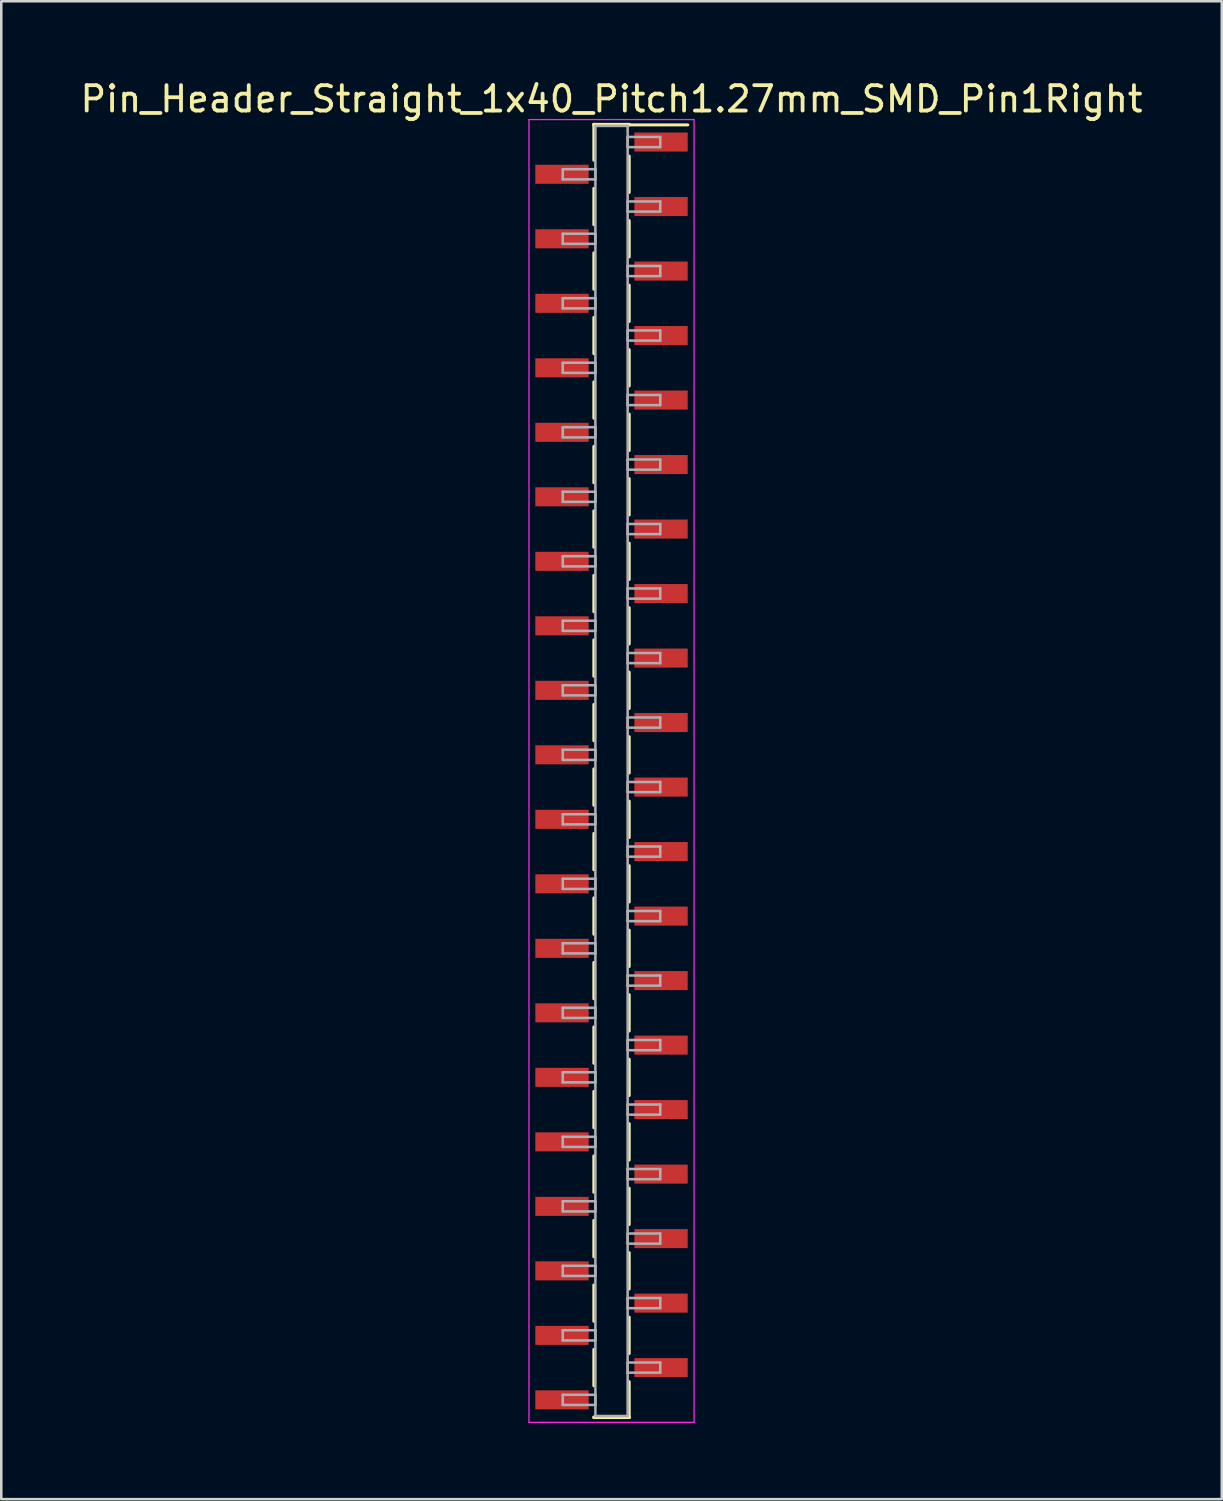
<source format=kicad_pcb>
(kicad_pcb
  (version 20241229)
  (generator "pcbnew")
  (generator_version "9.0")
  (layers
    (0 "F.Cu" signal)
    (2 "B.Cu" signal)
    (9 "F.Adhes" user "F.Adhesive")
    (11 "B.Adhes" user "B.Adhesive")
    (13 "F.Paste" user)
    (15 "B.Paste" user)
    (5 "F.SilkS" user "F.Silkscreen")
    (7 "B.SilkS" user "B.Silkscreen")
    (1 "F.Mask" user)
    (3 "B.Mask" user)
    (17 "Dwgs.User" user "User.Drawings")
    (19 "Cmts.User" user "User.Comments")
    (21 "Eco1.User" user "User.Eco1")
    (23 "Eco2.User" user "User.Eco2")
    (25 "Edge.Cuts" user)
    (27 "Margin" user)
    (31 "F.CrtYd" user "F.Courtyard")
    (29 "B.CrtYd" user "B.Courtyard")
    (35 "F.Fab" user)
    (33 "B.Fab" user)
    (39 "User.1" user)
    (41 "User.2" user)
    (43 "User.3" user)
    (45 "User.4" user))
  (footprint "Pin_Header_Straight_1x40_Pitch1.27mm_SMD_Pin1Right"
    (layer "F.Cu")
    (at 21.03 27.308)
    (property "Reference" "Pin_Header_Straight_1x40_Pitch1.27mm_SMD_Pin1Right" (at 0 -26.46 0) (layer "F.SilkS") (effects (font (size 1 1) (thickness 0.15))))
    (attr smd)
    (fp_line (start -0.695 -25.46) (end -0.695 -24.05) (stroke (width 0.12) (type solid)) (layer "F.SilkS"))
    (fp_line (start -0.695 -25.46) (end 0.695 -25.46) (stroke (width 0.12) (type solid)) (layer "F.SilkS"))
    (fp_line (start -0.695 -25.44) (end -0.695 -25.46) (stroke (width 0.12) (type solid)) (layer "F.SilkS"))
    (fp_line (start -0.695 -22.94) (end -0.695 -21.51) (stroke (width 0.12) (type solid)) (layer "F.SilkS"))
    (fp_line (start -0.695 -20.4) (end -0.695 -18.97) (stroke (width 0.12) (type solid)) (layer "F.SilkS"))
    (fp_line (start -0.695 -17.86) (end -0.695 -16.43) (stroke (width 0.12) (type solid)) (layer "F.SilkS"))
    (fp_line (start -0.695 -15.32) (end -0.695 -13.89) (stroke (width 0.12) (type solid)) (layer "F.SilkS"))
    (fp_line (start -0.695 -12.78) (end -0.695 -11.35) (stroke (width 0.12) (type solid)) (layer "F.SilkS"))
    (fp_line (start -0.695 -10.24) (end -0.695 -8.81) (stroke (width 0.12) (type solid)) (layer "F.SilkS"))
    (fp_line (start -0.695 -7.7) (end -0.695 -6.27) (stroke (width 0.12) (type solid)) (layer "F.SilkS"))
    (fp_line (start -0.695 -5.16) (end -0.695 -3.73) (stroke (width 0.12) (type solid)) (layer "F.SilkS"))
    (fp_line (start -0.695 -2.62) (end -0.695 -1.19) (stroke (width 0.12) (type solid)) (layer "F.SilkS"))
    (fp_line (start -0.695 -0.08) (end -0.695 1.35) (stroke (width 0.12) (type solid)) (layer "F.SilkS"))
    (fp_line (start -0.695 2.46) (end -0.695 3.89) (stroke (width 0.12) (type solid)) (layer "F.SilkS"))
    (fp_line (start -0.695 5) (end -0.695 6.43) (stroke (width 0.12) (type solid)) (layer "F.SilkS"))
    (fp_line (start -0.695 7.54) (end -0.695 8.97) (stroke (width 0.12) (type solid)) (layer "F.SilkS"))
    (fp_line (start -0.695 10.08) (end -0.695 11.51) (stroke (width 0.12) (type solid)) (layer "F.SilkS"))
    (fp_line (start -0.695 12.62) (end -0.695 14.05) (stroke (width 0.12) (type solid)) (layer "F.SilkS"))
    (fp_line (start -0.695 15.16) (end -0.695 16.59) (stroke (width 0.12) (type solid)) (layer "F.SilkS"))
    (fp_line (start -0.695 17.7) (end -0.695 19.13) (stroke (width 0.12) (type solid)) (layer "F.SilkS"))
    (fp_line (start -0.695 20.24) (end -0.695 21.67) (stroke (width 0.12) (type solid)) (layer "F.SilkS"))
    (fp_line (start -0.695 22.78) (end -0.695 24.21) (stroke (width 0.12) (type solid)) (layer "F.SilkS"))
    (fp_line (start -0.695 25.44) (end -0.695 25.46) (stroke (width 0.12) (type solid)) (layer "F.SilkS"))
    (fp_line (start -0.695 25.46) (end 0.695 25.46) (stroke (width 0.12) (type solid)) (layer "F.SilkS"))
    (fp_line (start 0.695 -25.46) (end 0.695 -25.44) (stroke (width 0.12) (type solid)) (layer "F.SilkS"))
    (fp_line (start 0.695 -25.44) (end 3 -25.44) (stroke (width 0.12) (type solid)) (layer "F.SilkS"))
    (fp_line (start 0.695 -24.21) (end 0.695 -22.78) (stroke (width 0.12) (type solid)) (layer "F.SilkS"))
    (fp_line (start 0.695 -21.67) (end 0.695 -20.24) (stroke (width 0.12) (type solid)) (layer "F.SilkS"))
    (fp_line (start 0.695 -19.13) (end 0.695 -17.7) (stroke (width 0.12) (type solid)) (layer "F.SilkS"))
    (fp_line (start 0.695 -16.59) (end 0.695 -15.16) (stroke (width 0.12) (type solid)) (layer "F.SilkS"))
    (fp_line (start 0.695 -14.05) (end 0.695 -12.62) (stroke (width 0.12) (type solid)) (layer "F.SilkS"))
    (fp_line (start 0.695 -11.51) (end 0.695 -10.08) (stroke (width 0.12) (type solid)) (layer "F.SilkS"))
    (fp_line (start 0.695 -8.97) (end 0.695 -7.54) (stroke (width 0.12) (type solid)) (layer "F.SilkS"))
    (fp_line (start 0.695 -6.43) (end 0.695 -5) (stroke (width 0.12) (type solid)) (layer "F.SilkS"))
    (fp_line (start 0.695 -3.89) (end 0.695 -2.46) (stroke (width 0.12) (type solid)) (layer "F.SilkS"))
    (fp_line (start 0.695 -1.35) (end 0.695 0.08) (stroke (width 0.12) (type solid)) (layer "F.SilkS"))
    (fp_line (start 0.695 1.19) (end 0.695 2.62) (stroke (width 0.12) (type solid)) (layer "F.SilkS"))
    (fp_line (start 0.695 3.73) (end 0.695 5.16) (stroke (width 0.12) (type solid)) (layer "F.SilkS"))
    (fp_line (start 0.695 6.27) (end 0.695 7.7) (stroke (width 0.12) (type solid)) (layer "F.SilkS"))
    (fp_line (start 0.695 8.81) (end 0.695 10.24) (stroke (width 0.12) (type solid)) (layer "F.SilkS"))
    (fp_line (start 0.695 11.35) (end 0.695 12.78) (stroke (width 0.12) (type solid)) (layer "F.SilkS"))
    (fp_line (start 0.695 13.89) (end 0.695 15.32) (stroke (width 0.12) (type solid)) (layer "F.SilkS"))
    (fp_line (start 0.695 16.43) (end 0.695 17.86) (stroke (width 0.12) (type solid)) (layer "F.SilkS"))
    (fp_line (start 0.695 18.97) (end 0.695 20.4) (stroke (width 0.12) (type solid)) (layer "F.SilkS"))
    (fp_line (start 0.695 21.51) (end 0.695 22.94) (stroke (width 0.12) (type solid)) (layer "F.SilkS"))
    (fp_line (start 0.695 24.05) (end 0.695 25.46) (stroke (width 0.12) (type solid)) (layer "F.SilkS"))
    (fp_line (start 0.695 25.46) (end 0.695 25.44) (stroke (width 0.12) (type solid)) (layer "F.SilkS"))
    (fp_line (start -3.25 -25.65) (end -3.25 25.65) (stroke (width 0.05) (type solid)) (layer "F.CrtYd"))
    (fp_line (start -3.25 25.65) (end 3.25 25.65) (stroke (width 0.05) (type solid)) (layer "F.CrtYd"))
    (fp_line (start 3.25 -25.65) (end -3.25 -25.65) (stroke (width 0.05) (type solid)) (layer "F.CrtYd"))
    (fp_line (start 3.25 25.65) (end 3.25 -25.65) (stroke (width 0.05) (type solid)) (layer "F.CrtYd"))
    (fp_line (start -1.92 -23.695) (end -0.635 -23.695) (stroke (width 0.1) (type solid)) (layer "F.Fab"))
    (fp_line (start -1.92 -23.295) (end -1.92 -23.695) (stroke (width 0.1) (type solid)) (layer "F.Fab"))
    (fp_line (start -1.92 -21.155) (end -0.635 -21.155) (stroke (width 0.1) (type solid)) (layer "F.Fab"))
    (fp_line (start -1.92 -20.755) (end -1.92 -21.155) (stroke (width 0.1) (type solid)) (layer "F.Fab"))
    (fp_line (start -1.92 -18.615) (end -0.635 -18.615) (stroke (width 0.1) (type solid)) (layer "F.Fab"))
    (fp_line (start -1.92 -18.215) (end -1.92 -18.615) (stroke (width 0.1) (type solid)) (layer "F.Fab"))
    (fp_line (start -1.92 -16.075) (end -0.635 -16.075) (stroke (width 0.1) (type solid)) (layer "F.Fab"))
    (fp_line (start -1.92 -15.675) (end -1.92 -16.075) (stroke (width 0.1) (type solid)) (layer "F.Fab"))
    (fp_line (start -1.92 -13.535) (end -0.635 -13.535) (stroke (width 0.1) (type solid)) (layer "F.Fab"))
    (fp_line (start -1.92 -13.135) (end -1.92 -13.535) (stroke (width 0.1) (type solid)) (layer "F.Fab"))
    (fp_line (start -1.92 -10.995) (end -0.635 -10.995) (stroke (width 0.1) (type solid)) (layer "F.Fab"))
    (fp_line (start -1.92 -10.595) (end -1.92 -10.995) (stroke (width 0.1) (type solid)) (layer "F.Fab"))
    (fp_line (start -1.92 -8.455) (end -0.635 -8.455) (stroke (width 0.1) (type solid)) (layer "F.Fab"))
    (fp_line (start -1.92 -8.055) (end -1.92 -8.455) (stroke (width 0.1) (type solid)) (layer "F.Fab"))
    (fp_line (start -1.92 -5.915) (end -0.635 -5.915) (stroke (width 0.1) (type solid)) (layer "F.Fab"))
    (fp_line (start -1.92 -5.515) (end -1.92 -5.915) (stroke (width 0.1) (type solid)) (layer "F.Fab"))
    (fp_line (start -1.92 -3.375) (end -0.635 -3.375) (stroke (width 0.1) (type solid)) (layer "F.Fab"))
    (fp_line (start -1.92 -2.975) (end -1.92 -3.375) (stroke (width 0.1) (type solid)) (layer "F.Fab"))
    (fp_line (start -1.92 -0.835) (end -0.635 -0.835) (stroke (width 0.1) (type solid)) (layer "F.Fab"))
    (fp_line (start -1.92 -0.435) (end -1.92 -0.835) (stroke (width 0.1) (type solid)) (layer "F.Fab"))
    (fp_line (start -1.92 1.705) (end -0.635 1.705) (stroke (width 0.1) (type solid)) (layer "F.Fab"))
    (fp_line (start -1.92 2.105) (end -1.92 1.705) (stroke (width 0.1) (type solid)) (layer "F.Fab"))
    (fp_line (start -1.92 4.245) (end -0.635 4.245) (stroke (width 0.1) (type solid)) (layer "F.Fab"))
    (fp_line (start -1.92 4.645) (end -1.92 4.245) (stroke (width 0.1) (type solid)) (layer "F.Fab"))
    (fp_line (start -1.92 6.785) (end -0.635 6.785) (stroke (width 0.1) (type solid)) (layer "F.Fab"))
    (fp_line (start -1.92 7.185) (end -1.92 6.785) (stroke (width 0.1) (type solid)) (layer "F.Fab"))
    (fp_line (start -1.92 9.325) (end -0.635 9.325) (stroke (width 0.1) (type solid)) (layer "F.Fab"))
    (fp_line (start -1.92 9.725) (end -1.92 9.325) (stroke (width 0.1) (type solid)) (layer "F.Fab"))
    (fp_line (start -1.92 11.865) (end -0.635 11.865) (stroke (width 0.1) (type solid)) (layer "F.Fab"))
    (fp_line (start -1.92 12.265) (end -1.92 11.865) (stroke (width 0.1) (type solid)) (layer "F.Fab"))
    (fp_line (start -1.92 14.405) (end -0.635 14.405) (stroke (width 0.1) (type solid)) (layer "F.Fab"))
    (fp_line (start -1.92 14.805) (end -1.92 14.405) (stroke (width 0.1) (type solid)) (layer "F.Fab"))
    (fp_line (start -1.92 16.945) (end -0.635 16.945) (stroke (width 0.1) (type solid)) (layer "F.Fab"))
    (fp_line (start -1.92 17.345) (end -1.92 16.945) (stroke (width 0.1) (type solid)) (layer "F.Fab"))
    (fp_line (start -1.92 19.485) (end -0.635 19.485) (stroke (width 0.1) (type solid)) (layer "F.Fab"))
    (fp_line (start -1.92 19.885) (end -1.92 19.485) (stroke (width 0.1) (type solid)) (layer "F.Fab"))
    (fp_line (start -1.92 22.025) (end -0.635 22.025) (stroke (width 0.1) (type solid)) (layer "F.Fab"))
    (fp_line (start -1.92 22.425) (end -1.92 22.025) (stroke (width 0.1) (type solid)) (layer "F.Fab"))
    (fp_line (start -1.92 24.565) (end -0.635 24.565) (stroke (width 0.1) (type solid)) (layer "F.Fab"))
    (fp_line (start -1.92 24.965) (end -1.92 24.565) (stroke (width 0.1) (type solid)) (layer "F.Fab"))
    (fp_line (start -0.635 -25.4) (end -0.635 25.4) (stroke (width 0.1) (type solid)) (layer "F.Fab"))
    (fp_line (start -0.635 -23.695) (end -0.635 -23.295) (stroke (width 0.1) (type solid)) (layer "F.Fab"))
    (fp_line (start -0.635 -23.295) (end -1.92 -23.295) (stroke (width 0.1) (type solid)) (layer "F.Fab"))
    (fp_line (start -0.635 -21.155) (end -0.635 -20.755) (stroke (width 0.1) (type solid)) (layer "F.Fab"))
    (fp_line (start -0.635 -20.755) (end -1.92 -20.755) (stroke (width 0.1) (type solid)) (layer "F.Fab"))
    (fp_line (start -0.635 -18.615) (end -0.635 -18.215) (stroke (width 0.1) (type solid)) (layer "F.Fab"))
    (fp_line (start -0.635 -18.215) (end -1.92 -18.215) (stroke (width 0.1) (type solid)) (layer "F.Fab"))
    (fp_line (start -0.635 -16.075) (end -0.635 -15.675) (stroke (width 0.1) (type solid)) (layer "F.Fab"))
    (fp_line (start -0.635 -15.675) (end -1.92 -15.675) (stroke (width 0.1) (type solid)) (layer "F.Fab"))
    (fp_line (start -0.635 -13.535) (end -0.635 -13.135) (stroke (width 0.1) (type solid)) (layer "F.Fab"))
    (fp_line (start -0.635 -13.135) (end -1.92 -13.135) (stroke (width 0.1) (type solid)) (layer "F.Fab"))
    (fp_line (start -0.635 -10.995) (end -0.635 -10.595) (stroke (width 0.1) (type solid)) (layer "F.Fab"))
    (fp_line (start -0.635 -10.595) (end -1.92 -10.595) (stroke (width 0.1) (type solid)) (layer "F.Fab"))
    (fp_line (start -0.635 -8.455) (end -0.635 -8.055) (stroke (width 0.1) (type solid)) (layer "F.Fab"))
    (fp_line (start -0.635 -8.055) (end -1.92 -8.055) (stroke (width 0.1) (type solid)) (layer "F.Fab"))
    (fp_line (start -0.635 -5.915) (end -0.635 -5.515) (stroke (width 0.1) (type solid)) (layer "F.Fab"))
    (fp_line (start -0.635 -5.515) (end -1.92 -5.515) (stroke (width 0.1) (type solid)) (layer "F.Fab"))
    (fp_line (start -0.635 -3.375) (end -0.635 -2.975) (stroke (width 0.1) (type solid)) (layer "F.Fab"))
    (fp_line (start -0.635 -2.975) (end -1.92 -2.975) (stroke (width 0.1) (type solid)) (layer "F.Fab"))
    (fp_line (start -0.635 -0.835) (end -0.635 -0.435) (stroke (width 0.1) (type solid)) (layer "F.Fab"))
    (fp_line (start -0.635 -0.435) (end -1.92 -0.435) (stroke (width 0.1) (type solid)) (layer "F.Fab"))
    (fp_line (start -0.635 1.705) (end -0.635 2.105) (stroke (width 0.1) (type solid)) (layer "F.Fab"))
    (fp_line (start -0.635 2.105) (end -1.92 2.105) (stroke (width 0.1) (type solid)) (layer "F.Fab"))
    (fp_line (start -0.635 4.245) (end -0.635 4.645) (stroke (width 0.1) (type solid)) (layer "F.Fab"))
    (fp_line (start -0.635 4.645) (end -1.92 4.645) (stroke (width 0.1) (type solid)) (layer "F.Fab"))
    (fp_line (start -0.635 6.785) (end -0.635 7.185) (stroke (width 0.1) (type solid)) (layer "F.Fab"))
    (fp_line (start -0.635 7.185) (end -1.92 7.185) (stroke (width 0.1) (type solid)) (layer "F.Fab"))
    (fp_line (start -0.635 9.325) (end -0.635 9.725) (stroke (width 0.1) (type solid)) (layer "F.Fab"))
    (fp_line (start -0.635 9.725) (end -1.92 9.725) (stroke (width 0.1) (type solid)) (layer "F.Fab"))
    (fp_line (start -0.635 11.865) (end -0.635 12.265) (stroke (width 0.1) (type solid)) (layer "F.Fab"))
    (fp_line (start -0.635 12.265) (end -1.92 12.265) (stroke (width 0.1) (type solid)) (layer "F.Fab"))
    (fp_line (start -0.635 14.405) (end -0.635 14.805) (stroke (width 0.1) (type solid)) (layer "F.Fab"))
    (fp_line (start -0.635 14.805) (end -1.92 14.805) (stroke (width 0.1) (type solid)) (layer "F.Fab"))
    (fp_line (start -0.635 16.945) (end -0.635 17.345) (stroke (width 0.1) (type solid)) (layer "F.Fab"))
    (fp_line (start -0.635 17.345) (end -1.92 17.345) (stroke (width 0.1) (type solid)) (layer "F.Fab"))
    (fp_line (start -0.635 19.485) (end -0.635 19.885) (stroke (width 0.1) (type solid)) (layer "F.Fab"))
    (fp_line (start -0.635 19.885) (end -1.92 19.885) (stroke (width 0.1) (type solid)) (layer "F.Fab"))
    (fp_line (start -0.635 22.025) (end -0.635 22.425) (stroke (width 0.1) (type solid)) (layer "F.Fab"))
    (fp_line (start -0.635 22.425) (end -1.92 22.425) (stroke (width 0.1) (type solid)) (layer "F.Fab"))
    (fp_line (start -0.635 24.565) (end -0.635 24.965) (stroke (width 0.1) (type solid)) (layer "F.Fab"))
    (fp_line (start -0.635 24.965) (end -1.92 24.965) (stroke (width 0.1) (type solid)) (layer "F.Fab"))
    (fp_line (start -0.635 25.4) (end 0.635 25.4) (stroke (width 0.1) (type solid)) (layer "F.Fab"))
    (fp_line (start 0.635 -25.4) (end -0.635 -25.4) (stroke (width 0.1) (type solid)) (layer "F.Fab"))
    (fp_line (start 0.635 -24.965) (end 0.635 -24.565) (stroke (width 0.1) (type solid)) (layer "F.Fab"))
    (fp_line (start 0.635 -24.565) (end 1.92 -24.565) (stroke (width 0.1) (type solid)) (layer "F.Fab"))
    (fp_line (start 0.635 -22.425) (end 0.635 -22.025) (stroke (width 0.1) (type solid)) (layer "F.Fab"))
    (fp_line (start 0.635 -22.025) (end 1.92 -22.025) (stroke (width 0.1) (type solid)) (layer "F.Fab"))
    (fp_line (start 0.635 -19.885) (end 0.635 -19.485) (stroke (width 0.1) (type solid)) (layer "F.Fab"))
    (fp_line (start 0.635 -19.485) (end 1.92 -19.485) (stroke (width 0.1) (type solid)) (layer "F.Fab"))
    (fp_line (start 0.635 -17.345) (end 0.635 -16.945) (stroke (width 0.1) (type solid)) (layer "F.Fab"))
    (fp_line (start 0.635 -16.945) (end 1.92 -16.945) (stroke (width 0.1) (type solid)) (layer "F.Fab"))
    (fp_line (start 0.635 -14.805) (end 0.635 -14.405) (stroke (width 0.1) (type solid)) (layer "F.Fab"))
    (fp_line (start 0.635 -14.405) (end 1.92 -14.405) (stroke (width 0.1) (type solid)) (layer "F.Fab"))
    (fp_line (start 0.635 -12.265) (end 0.635 -11.865) (stroke (width 0.1) (type solid)) (layer "F.Fab"))
    (fp_line (start 0.635 -11.865) (end 1.92 -11.865) (stroke (width 0.1) (type solid)) (layer "F.Fab"))
    (fp_line (start 0.635 -9.725) (end 0.635 -9.325) (stroke (width 0.1) (type solid)) (layer "F.Fab"))
    (fp_line (start 0.635 -9.325) (end 1.92 -9.325) (stroke (width 0.1) (type solid)) (layer "F.Fab"))
    (fp_line (start 0.635 -7.185) (end 0.635 -6.785) (stroke (width 0.1) (type solid)) (layer "F.Fab"))
    (fp_line (start 0.635 -6.785) (end 1.92 -6.785) (stroke (width 0.1) (type solid)) (layer "F.Fab"))
    (fp_line (start 0.635 -4.645) (end 0.635 -4.245) (stroke (width 0.1) (type solid)) (layer "F.Fab"))
    (fp_line (start 0.635 -4.245) (end 1.92 -4.245) (stroke (width 0.1) (type solid)) (layer "F.Fab"))
    (fp_line (start 0.635 -2.105) (end 0.635 -1.705) (stroke (width 0.1) (type solid)) (layer "F.Fab"))
    (fp_line (start 0.635 -1.705) (end 1.92 -1.705) (stroke (width 0.1) (type solid)) (layer "F.Fab"))
    (fp_line (start 0.635 0.435) (end 0.635 0.835) (stroke (width 0.1) (type solid)) (layer "F.Fab"))
    (fp_line (start 0.635 0.835) (end 1.92 0.835) (stroke (width 0.1) (type solid)) (layer "F.Fab"))
    (fp_line (start 0.635 2.975) (end 0.635 3.375) (stroke (width 0.1) (type solid)) (layer "F.Fab"))
    (fp_line (start 0.635 3.375) (end 1.92 3.375) (stroke (width 0.1) (type solid)) (layer "F.Fab"))
    (fp_line (start 0.635 5.515) (end 0.635 5.915) (stroke (width 0.1) (type solid)) (layer "F.Fab"))
    (fp_line (start 0.635 5.915) (end 1.92 5.915) (stroke (width 0.1) (type solid)) (layer "F.Fab"))
    (fp_line (start 0.635 8.055) (end 0.635 8.455) (stroke (width 0.1) (type solid)) (layer "F.Fab"))
    (fp_line (start 0.635 8.455) (end 1.92 8.455) (stroke (width 0.1) (type solid)) (layer "F.Fab"))
    (fp_line (start 0.635 10.595) (end 0.635 10.995) (stroke (width 0.1) (type solid)) (layer "F.Fab"))
    (fp_line (start 0.635 10.995) (end 1.92 10.995) (stroke (width 0.1) (type solid)) (layer "F.Fab"))
    (fp_line (start 0.635 13.135) (end 0.635 13.535) (stroke (width 0.1) (type solid)) (layer "F.Fab"))
    (fp_line (start 0.635 13.535) (end 1.92 13.535) (stroke (width 0.1) (type solid)) (layer "F.Fab"))
    (fp_line (start 0.635 15.675) (end 0.635 16.075) (stroke (width 0.1) (type solid)) (layer "F.Fab"))
    (fp_line (start 0.635 16.075) (end 1.92 16.075) (stroke (width 0.1) (type solid)) (layer "F.Fab"))
    (fp_line (start 0.635 18.215) (end 0.635 18.615) (stroke (width 0.1) (type solid)) (layer "F.Fab"))
    (fp_line (start 0.635 18.615) (end 1.92 18.615) (stroke (width 0.1) (type solid)) (layer "F.Fab"))
    (fp_line (start 0.635 20.755) (end 0.635 21.155) (stroke (width 0.1) (type solid)) (layer "F.Fab"))
    (fp_line (start 0.635 21.155) (end 1.92 21.155) (stroke (width 0.1) (type solid)) (layer "F.Fab"))
    (fp_line (start 0.635 23.295) (end 0.635 23.695) (stroke (width 0.1) (type solid)) (layer "F.Fab"))
    (fp_line (start 0.635 23.695) (end 1.92 23.695) (stroke (width 0.1) (type solid)) (layer "F.Fab"))
    (fp_line (start 0.635 25.4) (end 0.635 -25.4) (stroke (width 0.1) (type solid)) (layer "F.Fab"))
    (fp_line (start 1.92 -24.965) (end 0.635 -24.965) (stroke (width 0.1) (type solid)) (layer "F.Fab"))
    (fp_line (start 1.92 -24.565) (end 1.92 -24.965) (stroke (width 0.1) (type solid)) (layer "F.Fab"))
    (fp_line (start 1.92 -22.425) (end 0.635 -22.425) (stroke (width 0.1) (type solid)) (layer "F.Fab"))
    (fp_line (start 1.92 -22.025) (end 1.92 -22.425) (stroke (width 0.1) (type solid)) (layer "F.Fab"))
    (fp_line (start 1.92 -19.885) (end 0.635 -19.885) (stroke (width 0.1) (type solid)) (layer "F.Fab"))
    (fp_line (start 1.92 -19.485) (end 1.92 -19.885) (stroke (width 0.1) (type solid)) (layer "F.Fab"))
    (fp_line (start 1.92 -17.345) (end 0.635 -17.345) (stroke (width 0.1) (type solid)) (layer "F.Fab"))
    (fp_line (start 1.92 -16.945) (end 1.92 -17.345) (stroke (width 0.1) (type solid)) (layer "F.Fab"))
    (fp_line (start 1.92 -14.805) (end 0.635 -14.805) (stroke (width 0.1) (type solid)) (layer "F.Fab"))
    (fp_line (start 1.92 -14.405) (end 1.92 -14.805) (stroke (width 0.1) (type solid)) (layer "F.Fab"))
    (fp_line (start 1.92 -12.265) (end 0.635 -12.265) (stroke (width 0.1) (type solid)) (layer "F.Fab"))
    (fp_line (start 1.92 -11.865) (end 1.92 -12.265) (stroke (width 0.1) (type solid)) (layer "F.Fab"))
    (fp_line (start 1.92 -9.725) (end 0.635 -9.725) (stroke (width 0.1) (type solid)) (layer "F.Fab"))
    (fp_line (start 1.92 -9.325) (end 1.92 -9.725) (stroke (width 0.1) (type solid)) (layer "F.Fab"))
    (fp_line (start 1.92 -7.185) (end 0.635 -7.185) (stroke (width 0.1) (type solid)) (layer "F.Fab"))
    (fp_line (start 1.92 -6.785) (end 1.92 -7.185) (stroke (width 0.1) (type solid)) (layer "F.Fab"))
    (fp_line (start 1.92 -4.645) (end 0.635 -4.645) (stroke (width 0.1) (type solid)) (layer "F.Fab"))
    (fp_line (start 1.92 -4.245) (end 1.92 -4.645) (stroke (width 0.1) (type solid)) (layer "F.Fab"))
    (fp_line (start 1.92 -2.105) (end 0.635 -2.105) (stroke (width 0.1) (type solid)) (layer "F.Fab"))
    (fp_line (start 1.92 -1.705) (end 1.92 -2.105) (stroke (width 0.1) (type solid)) (layer "F.Fab"))
    (fp_line (start 1.92 0.435) (end 0.635 0.435) (stroke (width 0.1) (type solid)) (layer "F.Fab"))
    (fp_line (start 1.92 0.835) (end 1.92 0.435) (stroke (width 0.1) (type solid)) (layer "F.Fab"))
    (fp_line (start 1.92 2.975) (end 0.635 2.975) (stroke (width 0.1) (type solid)) (layer "F.Fab"))
    (fp_line (start 1.92 3.375) (end 1.92 2.975) (stroke (width 0.1) (type solid)) (layer "F.Fab"))
    (fp_line (start 1.92 5.515) (end 0.635 5.515) (stroke (width 0.1) (type solid)) (layer "F.Fab"))
    (fp_line (start 1.92 5.915) (end 1.92 5.515) (stroke (width 0.1) (type solid)) (layer "F.Fab"))
    (fp_line (start 1.92 8.055) (end 0.635 8.055) (stroke (width 0.1) (type solid)) (layer "F.Fab"))
    (fp_line (start 1.92 8.455) (end 1.92 8.055) (stroke (width 0.1) (type solid)) (layer "F.Fab"))
    (fp_line (start 1.92 10.595) (end 0.635 10.595) (stroke (width 0.1) (type solid)) (layer "F.Fab"))
    (fp_line (start 1.92 10.995) (end 1.92 10.595) (stroke (width 0.1) (type solid)) (layer "F.Fab"))
    (fp_line (start 1.92 13.135) (end 0.635 13.135) (stroke (width 0.1) (type solid)) (layer "F.Fab"))
    (fp_line (start 1.92 13.535) (end 1.92 13.135) (stroke (width 0.1) (type solid)) (layer "F.Fab"))
    (fp_line (start 1.92 15.675) (end 0.635 15.675) (stroke (width 0.1) (type solid)) (layer "F.Fab"))
    (fp_line (start 1.92 16.075) (end 1.92 15.675) (stroke (width 0.1) (type solid)) (layer "F.Fab"))
    (fp_line (start 1.92 18.215) (end 0.635 18.215) (stroke (width 0.1) (type solid)) (layer "F.Fab"))
    (fp_line (start 1.92 18.615) (end 1.92 18.215) (stroke (width 0.1) (type solid)) (layer "F.Fab"))
    (fp_line (start 1.92 20.755) (end 0.635 20.755) (stroke (width 0.1) (type solid)) (layer "F.Fab"))
    (fp_line (start 1.92 21.155) (end 1.92 20.755) (stroke (width 0.1) (type solid)) (layer "F.Fab"))
    (fp_line (start 1.92 23.295) (end 0.635 23.295) (stroke (width 0.1) (type solid)) (layer "F.Fab"))
    (fp_line (start 1.92 23.695) (end 1.92 23.295) (stroke (width 0.1) (type solid)) (layer "F.Fab"))
    (pad "1" smd rect (at 1.95 -24.765) (size 2.1 0.75) (layers "F.Cu" "F.Mask"))
    (pad "2" smd rect (at -1.95 -23.495) (size 2.1 0.75) (layers "F.Cu" "F.Mask"))
    (pad "3" smd rect (at 1.95 -22.225) (size 2.1 0.75) (layers "F.Cu" "F.Mask"))
    (pad "4" smd rect (at -1.95 -20.955) (size 2.1 0.75) (layers "F.Cu" "F.Mask"))
    (pad "5" smd rect (at 1.95 -19.685) (size 2.1 0.75) (layers "F.Cu" "F.Mask"))
    (pad "6" smd rect (at -1.95 -18.415) (size 2.1 0.75) (layers "F.Cu" "F.Mask"))
    (pad "7" smd rect (at 1.95 -17.145) (size 2.1 0.75) (layers "F.Cu" "F.Mask"))
    (pad "8" smd rect (at -1.95 -15.875) (size 2.1 0.75) (layers "F.Cu" "F.Mask"))
    (pad "9" smd rect (at 1.95 -14.605) (size 2.1 0.75) (layers "F.Cu" "F.Mask"))
    (pad "10" smd rect (at -1.95 -13.335) (size 2.1 0.75) (layers "F.Cu" "F.Mask"))
    (pad "11" smd rect (at 1.95 -12.065) (size 2.1 0.75) (layers "F.Cu" "F.Mask"))
    (pad "12" smd rect (at -1.95 -10.795) (size 2.1 0.75) (layers "F.Cu" "F.Mask"))
    (pad "13" smd rect (at 1.95 -9.525) (size 2.1 0.75) (layers "F.Cu" "F.Mask"))
    (pad "14" smd rect (at -1.95 -8.255) (size 2.1 0.75) (layers "F.Cu" "F.Mask"))
    (pad "15" smd rect (at 1.95 -6.985) (size 2.1 0.75) (layers "F.Cu" "F.Mask"))
    (pad "16" smd rect (at -1.95 -5.715) (size 2.1 0.75) (layers "F.Cu" "F.Mask"))
    (pad "17" smd rect (at 1.95 -4.445) (size 2.1 0.75) (layers "F.Cu" "F.Mask"))
    (pad "18" smd rect (at -1.95 -3.175) (size 2.1 0.75) (layers "F.Cu" "F.Mask"))
    (pad "19" smd rect (at 1.95 -1.905) (size 2.1 0.75) (layers "F.Cu" "F.Mask"))
    (pad "20" smd rect (at -1.95 -0.635) (size 2.1 0.75) (layers "F.Cu" "F.Mask"))
    (pad "21" smd rect (at 1.95 0.635) (size 2.1 0.75) (layers "F.Cu" "F.Mask"))
    (pad "22" smd rect (at -1.95 1.905) (size 2.1 0.75) (layers "F.Cu" "F.Mask"))
    (pad "23" smd rect (at 1.95 3.175) (size 2.1 0.75) (layers "F.Cu" "F.Mask"))
    (pad "24" smd rect (at -1.95 4.445) (size 2.1 0.75) (layers "F.Cu" "F.Mask"))
    (pad "25" smd rect (at 1.95 5.715) (size 2.1 0.75) (layers "F.Cu" "F.Mask"))
    (pad "26" smd rect (at -1.95 6.985) (size 2.1 0.75) (layers "F.Cu" "F.Mask"))
    (pad "27" smd rect (at 1.95 8.255) (size 2.1 0.75) (layers "F.Cu" "F.Mask"))
    (pad "28" smd rect (at -1.95 9.525) (size 2.1 0.75) (layers "F.Cu" "F.Mask"))
    (pad "29" smd rect (at 1.95 10.795) (size 2.1 0.75) (layers "F.Cu" "F.Mask"))
    (pad "30" smd rect (at -1.95 12.065) (size 2.1 0.75) (layers "F.Cu" "F.Mask"))
    (pad "31" smd rect (at 1.95 13.335) (size 2.1 0.75) (layers "F.Cu" "F.Mask"))
    (pad "32" smd rect (at -1.95 14.605) (size 2.1 0.75) (layers "F.Cu" "F.Mask"))
    (pad "33" smd rect (at 1.95 15.875) (size 2.1 0.75) (layers "F.Cu" "F.Mask"))
    (pad "34" smd rect (at -1.95 17.145) (size 2.1 0.75) (layers "F.Cu" "F.Mask"))
    (pad "35" smd rect (at 1.95 18.415) (size 2.1 0.75) (layers "F.Cu" "F.Mask"))
    (pad "36" smd rect (at -1.95 19.685) (size 2.1 0.75) (layers "F.Cu" "F.Mask"))
    (pad "37" smd rect (at 1.95 20.955) (size 2.1 0.75) (layers "F.Cu" "F.Mask"))
    (pad "38" smd rect (at -1.95 22.225) (size 2.1 0.75) (layers "F.Cu" "F.Mask"))
    (pad "39" smd rect (at 1.95 23.495) (size 2.1 0.75) (layers "F.Cu" "F.Mask"))
    (pad "40" smd rect (at -1.95 24.765) (size 2.1 0.75) (layers "F.Cu" "F.Mask")))
  (gr_rect
    (start -3 -3)
    (end 45.06 55.983)
    (stroke (width 0.1) (type default))
    (fill no)
    (layer "Edge.Cuts")))
</source>
